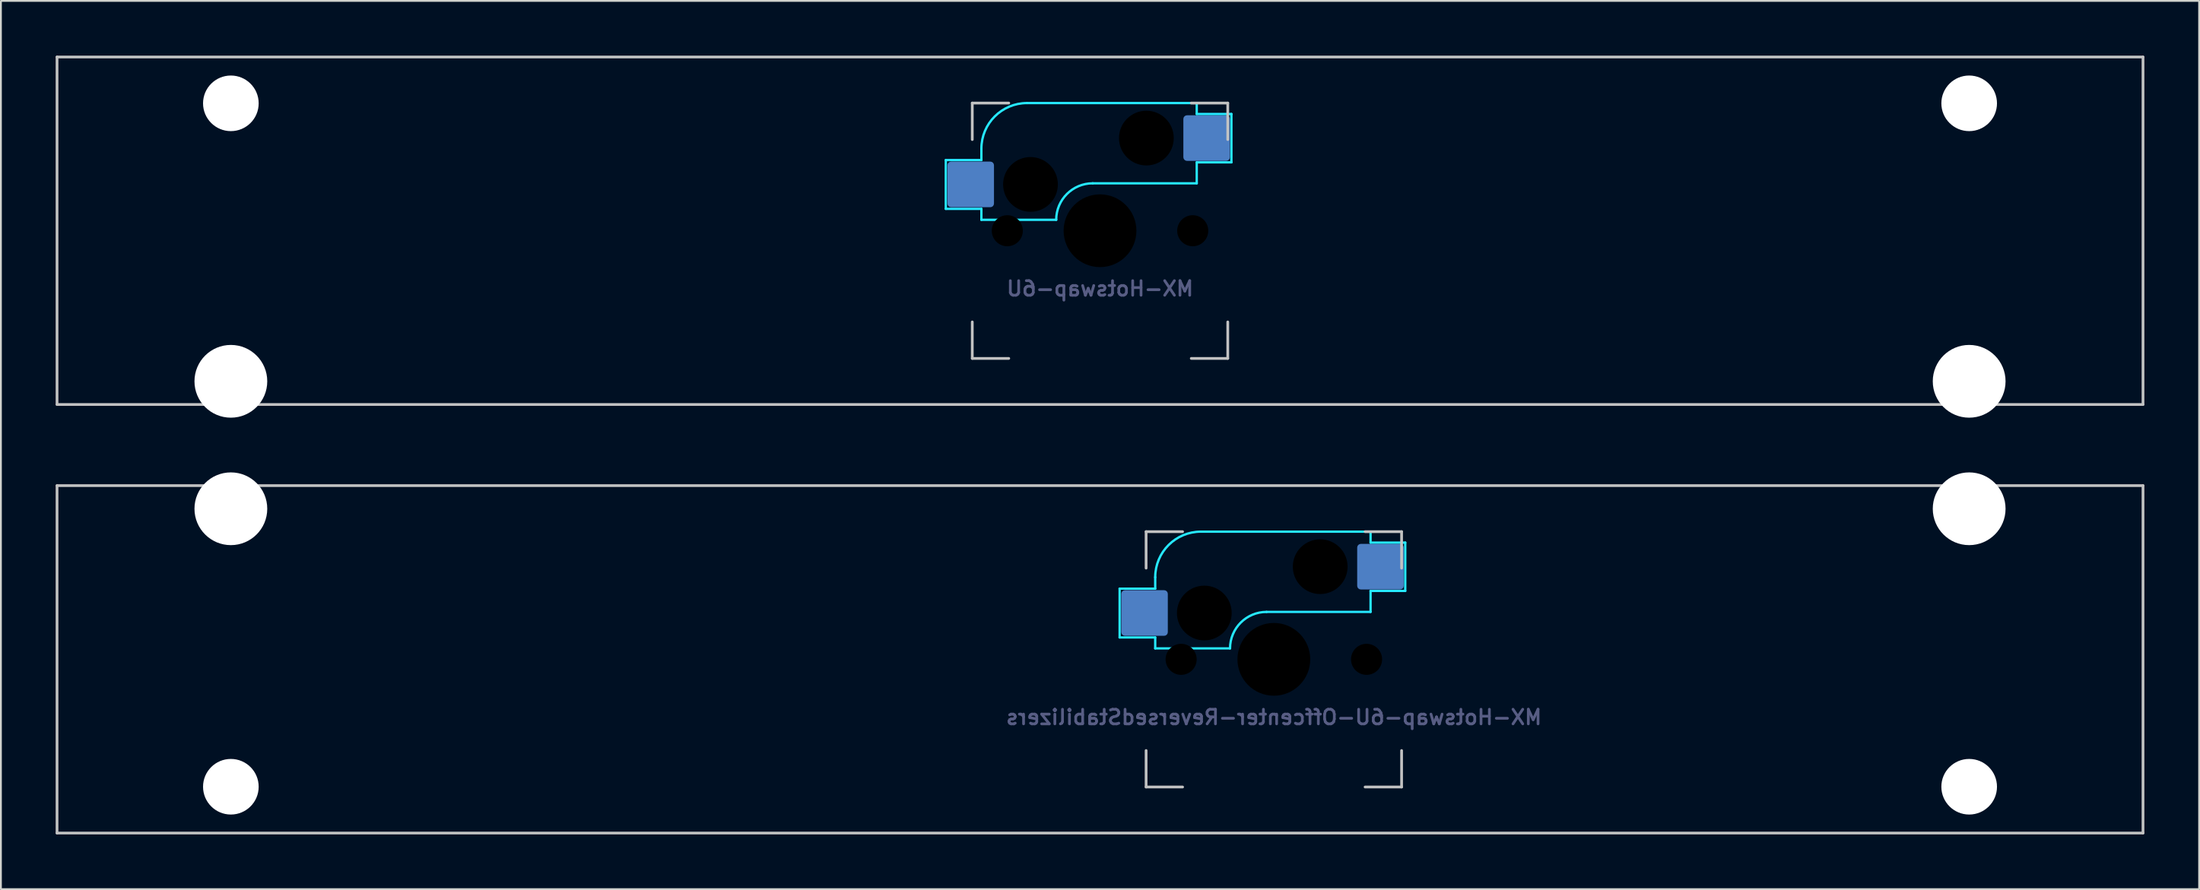
<source format=kicad_pcb>
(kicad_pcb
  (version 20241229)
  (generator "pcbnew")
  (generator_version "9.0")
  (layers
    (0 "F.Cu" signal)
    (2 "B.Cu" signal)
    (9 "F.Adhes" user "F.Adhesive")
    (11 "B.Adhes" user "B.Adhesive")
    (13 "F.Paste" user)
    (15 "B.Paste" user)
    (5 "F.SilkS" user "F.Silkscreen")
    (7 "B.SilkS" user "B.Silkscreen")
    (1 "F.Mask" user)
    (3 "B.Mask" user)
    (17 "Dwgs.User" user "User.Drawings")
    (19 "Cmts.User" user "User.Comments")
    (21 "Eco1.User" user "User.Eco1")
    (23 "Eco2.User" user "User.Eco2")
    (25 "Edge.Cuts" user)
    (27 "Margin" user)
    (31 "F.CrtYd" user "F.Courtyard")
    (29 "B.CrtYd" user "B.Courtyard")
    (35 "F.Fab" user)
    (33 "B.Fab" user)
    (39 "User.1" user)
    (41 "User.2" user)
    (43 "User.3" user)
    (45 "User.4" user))
  (footprint "MX-Hotswap-6U"
    (layer "F.Cu")
    (at 57.225 9.6)
    (property "Reference" "MX-Hotswap-6U" (at 0 3.175 0) (layer "B.Fab") (effects (font (size 0.8 0.8) (thickness 0.15)) (justify mirror)))
    (attr smd)
    (fp_line (start -57.15 9.525) (end -57.15 -9.525) (stroke (width 0.15) (type solid)) (layer "Dwgs.User"))
    (fp_line (start -7 -7) (end -7 -5) (stroke (width 0.15) (type solid)) (layer "Dwgs.User"))
    (fp_line (start -7 5) (end -7 7) (stroke (width 0.15) (type solid)) (layer "Dwgs.User"))
    (fp_line (start -7 7) (end -5 7) (stroke (width 0.15) (type solid)) (layer "Dwgs.User"))
    (fp_line (start -5 -7) (end -7 -7) (stroke (width 0.15) (type solid)) (layer "Dwgs.User"))
    (fp_line (start 5 -7) (end 7 -7) (stroke (width 0.15) (type solid)) (layer "Dwgs.User"))
    (fp_line (start 5 7) (end 7 7) (stroke (width 0.15) (type solid)) (layer "Dwgs.User"))
    (fp_line (start 7 -7) (end 7 -5) (stroke (width 0.15) (type solid)) (layer "Dwgs.User"))
    (fp_line (start 7 7) (end 7 5) (stroke (width 0.15) (type solid)) (layer "Dwgs.User"))
    (fp_line (start 57.15 -9.525) (end -57.15 -9.525) (stroke (width 0.15) (type solid)) (layer "Dwgs.User"))
    (fp_line (start 57.15 9.525) (end -57.15 9.525) (stroke (width 0.15) (type solid)) (layer "Dwgs.User"))
    (fp_line (start 57.15 9.525) (end 57.15 -9.525) (stroke (width 0.15) (type solid)) (layer "Dwgs.User"))
    (fp_line (start -8.45 -3.875) (end -8.45 -1.2) (stroke (width 0.127) (type solid)) (layer "B.CrtYd"))
    (fp_line (start -8.45 -1.2) (end -6.5 -1.2) (stroke (width 0.127) (type solid)) (layer "B.CrtYd"))
    (fp_line (start -6.5 -4.5) (end -6.5 -3.875) (stroke (width 0.127) (type solid)) (layer "B.CrtYd"))
    (fp_line (start -6.5 -3.875) (end -8.45 -3.875) (stroke (width 0.127) (type solid)) (layer "B.CrtYd"))
    (fp_line (start -6.5 -0.6) (end -6.5 -1.2) (stroke (width 0.127) (type solid)) (layer "B.CrtYd"))
    (fp_line (start -6.5 -0.6) (end -2.4 -0.6) (stroke (width 0.127) (type solid)) (layer "B.CrtYd"))
    (fp_line (start -0.4 -2.6) (end 5.3 -2.6) (stroke (width 0.127) (type solid)) (layer "B.CrtYd"))
    (fp_line (start 5.3 -7) (end -4 -7) (stroke (width 0.127) (type solid)) (layer "B.CrtYd"))
    (fp_line (start 5.3 -7) (end 5.3 -6.4) (stroke (width 0.127) (type solid)) (layer "B.CrtYd"))
    (fp_line (start 5.3 -6.4) (end 7.2 -6.4) (stroke (width 0.127) (type solid)) (layer "B.CrtYd"))
    (fp_line (start 5.3 -2.6) (end 5.3 -3.75) (stroke (width 0.127) (type solid)) (layer "B.CrtYd"))
    (fp_line (start 7.2 -6.4) (end 7.2 -3.75) (stroke (width 0.127) (type solid)) (layer "B.CrtYd"))
    (fp_line (start 7.2 -3.75) (end 5.3 -3.75) (stroke (width 0.127) (type solid)) (layer "B.CrtYd"))
    (fp_arc (start -6.5 -4.5) (mid -5.767767 -6.267767) (end -4 -7) (stroke (width 0.127) (type solid)) (layer "B.CrtYd"))
    (fp_arc (start -2.4 -0.6) (mid -1.814214 -2.014214) (end -0.4 -2.6) (stroke (width 0.127) (type solid)) (layer "B.CrtYd"))
    (pad "" np_thru_hole circle (at -47.625 -6.985) (size 3.048 3.048) (drill 3.048) (layers "*.Cu" "*.Mask"))
    (pad "" np_thru_hole circle (at -47.625 8.255) (size 3.988 3.988) (drill 3.988) (layers "*.Cu" "*.Mask"))
    (pad "" np_thru_hole circle (at -5.08 0 48.099) (size 1.702 1.702) (drill 1.702) (layers "*.Mask"))
    (pad "" np_thru_hole circle (at -3.81 -2.54) (size 3 3) (drill 3) (layers "*.Mask"))
    (pad "" np_thru_hole circle (at 0 0) (size 3.988 3.988) (drill 3.988) (layers "*.Mask"))
    (pad "" np_thru_hole circle (at 2.54 -5.08) (size 3 3) (drill 3) (layers "*.Mask"))
    (pad "" np_thru_hole circle (at 5.08 0 48.099) (size 1.702 1.702) (drill 1.702) (layers "*.Mask"))
    (pad "" np_thru_hole circle (at 47.625 -6.985) (size 3.048 3.048) (drill 3.048) (layers "*.Cu" "*.Mask"))
    (pad "" np_thru_hole circle (at 47.625 8.255) (size 3.988 3.988) (drill 3.988) (layers "*.Cu" "*.Mask"))
    (pad "1" smd roundrect (at -7.085 -2.54) (size 2.55 2.5) (layers "B.Cu" "B.Mask" "B.Paste") (roundrect_rratio 0.08))
    (pad "2" smd roundrect (at 5.842 -5.08) (size 2.55 2.5) (layers "B.Cu" "B.Mask" "B.Paste") (roundrect_rratio 0.08)))
  (footprint "MX-Hotswap-6U-Offcenter-ReversedStabilizers"
    (layer "F.Cu")
    (at 66.75 33.098)
    (property "Reference" "MX-Hotswap-6U-Offcenter-ReversedStabilizers" (at 0 3.175 0) (layer "B.Fab") (effects (font (size 0.8 0.8) (thickness 0.15)) (justify mirror)))
    (attr smd)
    (fp_line (start -66.675 -9.525) (end 47.625 -9.525) (stroke (width 0.15) (type solid)) (layer "Dwgs.User"))
    (fp_line (start -66.675 9.525) (end -66.675 -9.525) (stroke (width 0.15) (type solid)) (layer "Dwgs.User"))
    (fp_line (start -66.675 9.525) (end 47.625 9.525) (stroke (width 0.15) (type solid)) (layer "Dwgs.User"))
    (fp_line (start -7 -7) (end -7 -5) (stroke (width 0.15) (type solid)) (layer "Dwgs.User"))
    (fp_line (start -7 5) (end -7 7) (stroke (width 0.15) (type solid)) (layer "Dwgs.User"))
    (fp_line (start -7 7) (end -5 7) (stroke (width 0.15) (type solid)) (layer "Dwgs.User"))
    (fp_line (start -5 -7) (end -7 -7) (stroke (width 0.15) (type solid)) (layer "Dwgs.User"))
    (fp_line (start 5 -7) (end 7 -7) (stroke (width 0.15) (type solid)) (layer "Dwgs.User"))
    (fp_line (start 5 7) (end 7 7) (stroke (width 0.15) (type solid)) (layer "Dwgs.User"))
    (fp_line (start 7 -7) (end 7 -5) (stroke (width 0.15) (type solid)) (layer "Dwgs.User"))
    (fp_line (start 7 7) (end 7 5) (stroke (width 0.15) (type solid)) (layer "Dwgs.User"))
    (fp_line (start 47.625 9.525) (end 47.625 -9.525) (stroke (width 0.15) (type solid)) (layer "Dwgs.User"))
    (fp_line (start -8.45 -3.875) (end -8.45 -1.2) (stroke (width 0.127) (type solid)) (layer "B.CrtYd"))
    (fp_line (start -8.45 -1.2) (end -6.5 -1.2) (stroke (width 0.127) (type solid)) (layer "B.CrtYd"))
    (fp_line (start -6.5 -4.5) (end -6.5 -3.875) (stroke (width 0.127) (type solid)) (layer "B.CrtYd"))
    (fp_line (start -6.5 -3.875) (end -8.45 -3.875) (stroke (width 0.127) (type solid)) (layer "B.CrtYd"))
    (fp_line (start -6.5 -0.6) (end -6.5 -1.2) (stroke (width 0.127) (type solid)) (layer "B.CrtYd"))
    (fp_line (start -6.5 -0.6) (end -2.4 -0.6) (stroke (width 0.127) (type solid)) (layer "B.CrtYd"))
    (fp_line (start -0.4 -2.6) (end 5.3 -2.6) (stroke (width 0.127) (type solid)) (layer "B.CrtYd"))
    (fp_line (start 5.3 -7) (end -4 -7) (stroke (width 0.127) (type solid)) (layer "B.CrtYd"))
    (fp_line (start 5.3 -7) (end 5.3 -6.4) (stroke (width 0.127) (type solid)) (layer "B.CrtYd"))
    (fp_line (start 5.3 -6.4) (end 7.2 -6.4) (stroke (width 0.127) (type solid)) (layer "B.CrtYd"))
    (fp_line (start 5.3 -2.6) (end 5.3 -3.75) (stroke (width 0.127) (type solid)) (layer "B.CrtYd"))
    (fp_line (start 7.2 -6.4) (end 7.2 -3.75) (stroke (width 0.127) (type solid)) (layer "B.CrtYd"))
    (fp_line (start 7.2 -3.75) (end 5.3 -3.75) (stroke (width 0.127) (type solid)) (layer "B.CrtYd"))
    (fp_arc (start -6.5 -4.5) (mid -5.767767 -6.267767) (end -4 -7) (stroke (width 0.127) (type solid)) (layer "B.CrtYd"))
    (fp_arc (start -2.4 -0.6) (mid -1.814214 -2.014214) (end -0.4 -2.6) (stroke (width 0.127) (type solid)) (layer "B.CrtYd"))
    (pad "" np_thru_hole circle (at -57.15 -8.255) (size 3.988 3.988) (drill 3.988) (layers "*.Cu" "*.Mask"))
    (pad "" np_thru_hole circle (at -57.15 6.985) (size 3.048 3.048) (drill 3.048) (layers "*.Cu" "*.Mask"))
    (pad "" np_thru_hole circle (at -5.08 0 48.099) (size 1.702 1.702) (drill 1.702) (layers "*.Mask"))
    (pad "" np_thru_hole circle (at -3.81 -2.54) (size 3 3) (drill 3) (layers "*.Mask"))
    (pad "" np_thru_hole circle (at 0 0) (size 3.988 3.988) (drill 3.988) (layers "*.Mask"))
    (pad "" np_thru_hole circle (at 2.54 -5.08) (size 3 3) (drill 3) (layers "*.Mask"))
    (pad "" np_thru_hole circle (at 5.08 0 48.099) (size 1.702 1.702) (drill 1.702) (layers "*.Mask"))
    (pad "" np_thru_hole circle (at 38.1 -8.255) (size 3.988 3.988) (drill 3.988) (layers "*.Cu" "*.Mask"))
    (pad "" np_thru_hole circle (at 38.1 6.985) (size 3.048 3.048) (drill 3.048) (layers "*.Cu" "*.Mask"))
    (pad "1" smd roundrect (at -7.085 -2.54) (size 2.55 2.5) (layers "B.Cu" "B.Mask" "B.Paste") (roundrect_rratio 0.08))
    (pad "2" smd roundrect (at 5.842 -5.08) (size 2.55 2.5) (layers "B.Cu" "B.Mask" "B.Paste") (roundrect_rratio 0.08)))
  (gr_rect
    (start -3 -3)
    (end 117.45 45.698)
    (stroke (width 0.1) (type default))
    (fill no)
    (layer "Edge.Cuts")))
</source>
